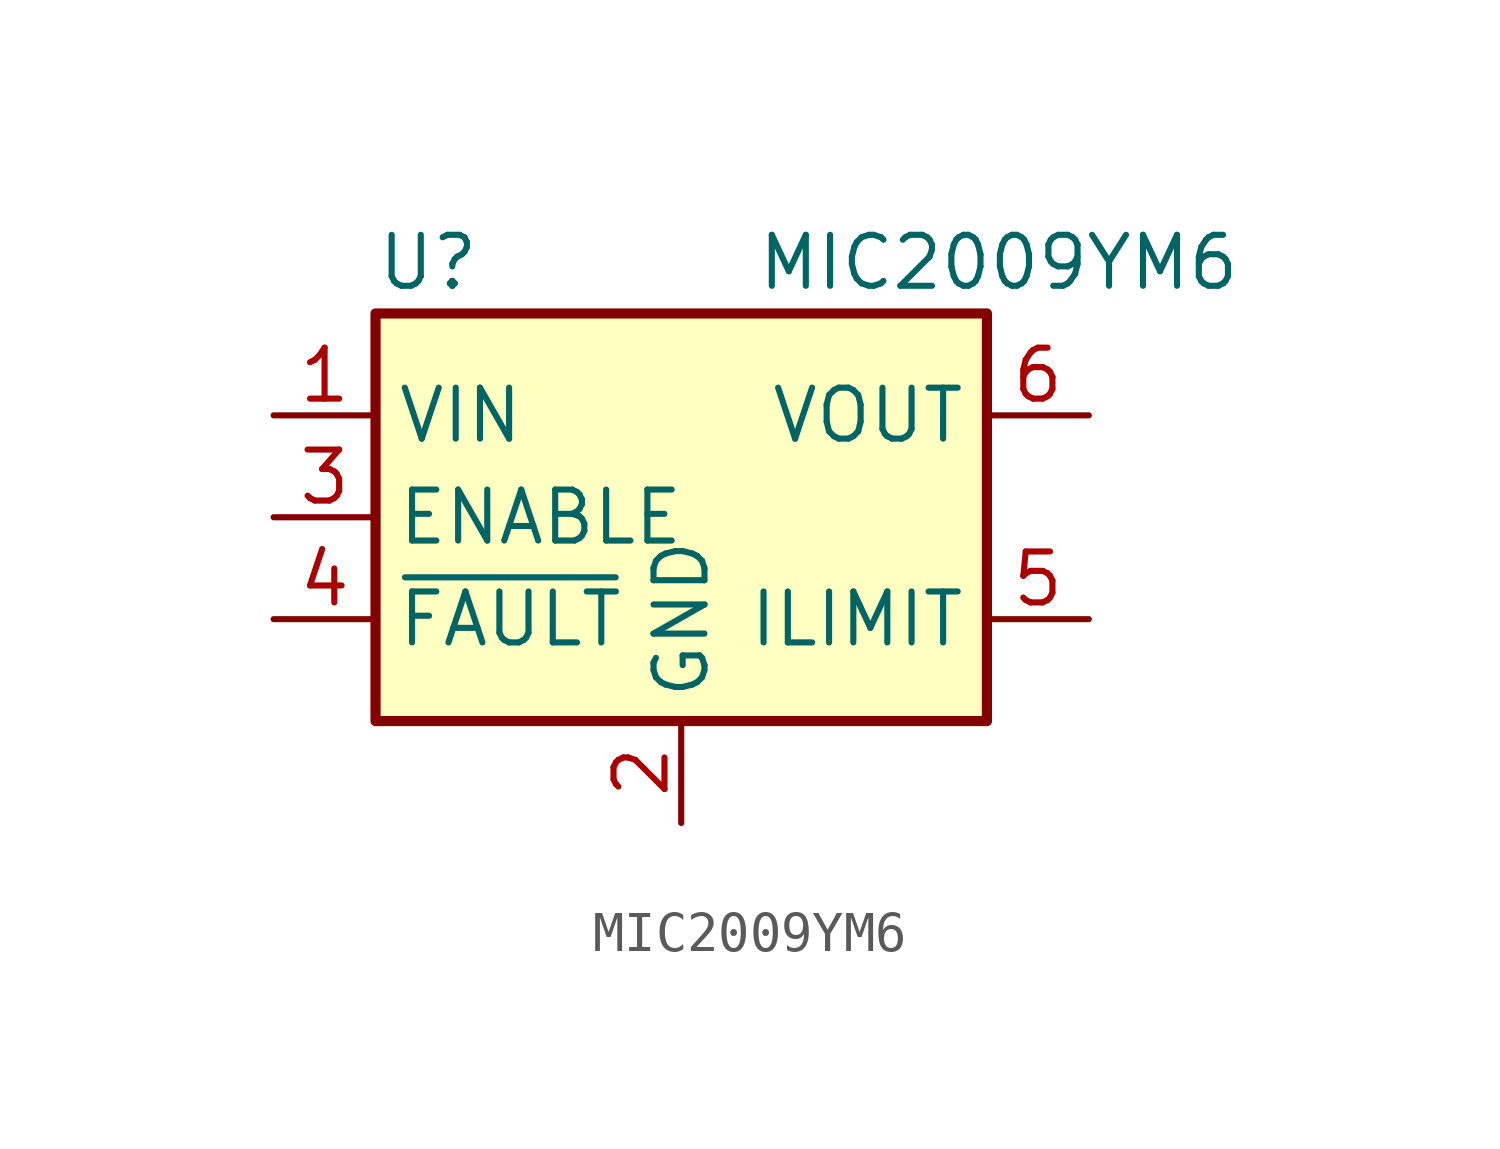
<source format=kicad_sym>
(kicad_symbol_lib
  (version 20220914)
  (generator kicad_symbol_editor)
  (symbol "MIC2009YM6"
    (property "Reference" "U"
      (at -7.62 6.35 0)
      (effects (font (size 1.27 1.27)) (justify left)))
    (property "Value" "MIC2009YM6"
      (at 13.97 6.35 0)
      (effects (font (size 1.27 1.27)) (justify right)))
    (symbol "MIC2009YM6_0_1"
      (rectangle (start -7.62 5.08) (end 7.62 -5.08) (stroke (width 0.254) (type default)) (fill (type background))))
    (symbol "MIC2009YM6_1_1"
      (pin power_in line (at -10.16 2.54 0) (length 2.54) (name "VIN" (effects (font (size 1.27 1.27)))) (number "1" (effects (font (size 1.27 1.27)))))
      (pin power_in line (at 0 -7.62 90) (length 2.54) (name "GND" (effects (font (size 1.27 1.27)))) (number "2" (effects (font (size 1.27 1.27)))))
      (pin input line (at -10.16 0 0) (length 2.54) (name "ENABLE" (effects (font (size 1.27 1.27)))) (number "3" (effects (font (size 1.27 1.27)))))
      (pin open_collector line (at -10.16 -2.54 0) (length 2.54) (name "~{FAULT}" (effects (font (size 1.27 1.27)))) (number "4" (effects (font (size 1.27 1.27)))))
      (pin passive line (at 10.16 -2.54 180) (length 2.54) (name "ILIMIT" (effects (font (size 1.27 1.27)))) (number "5" (effects (font (size 1.27 1.27)))))
      (pin power_out line (at 10.16 2.54 180) (length 2.54) (name "VOUT" (effects (font (size 1.27 1.27)))) (number "6" (effects (font (size 1.27 1.27))))))))
</source>
